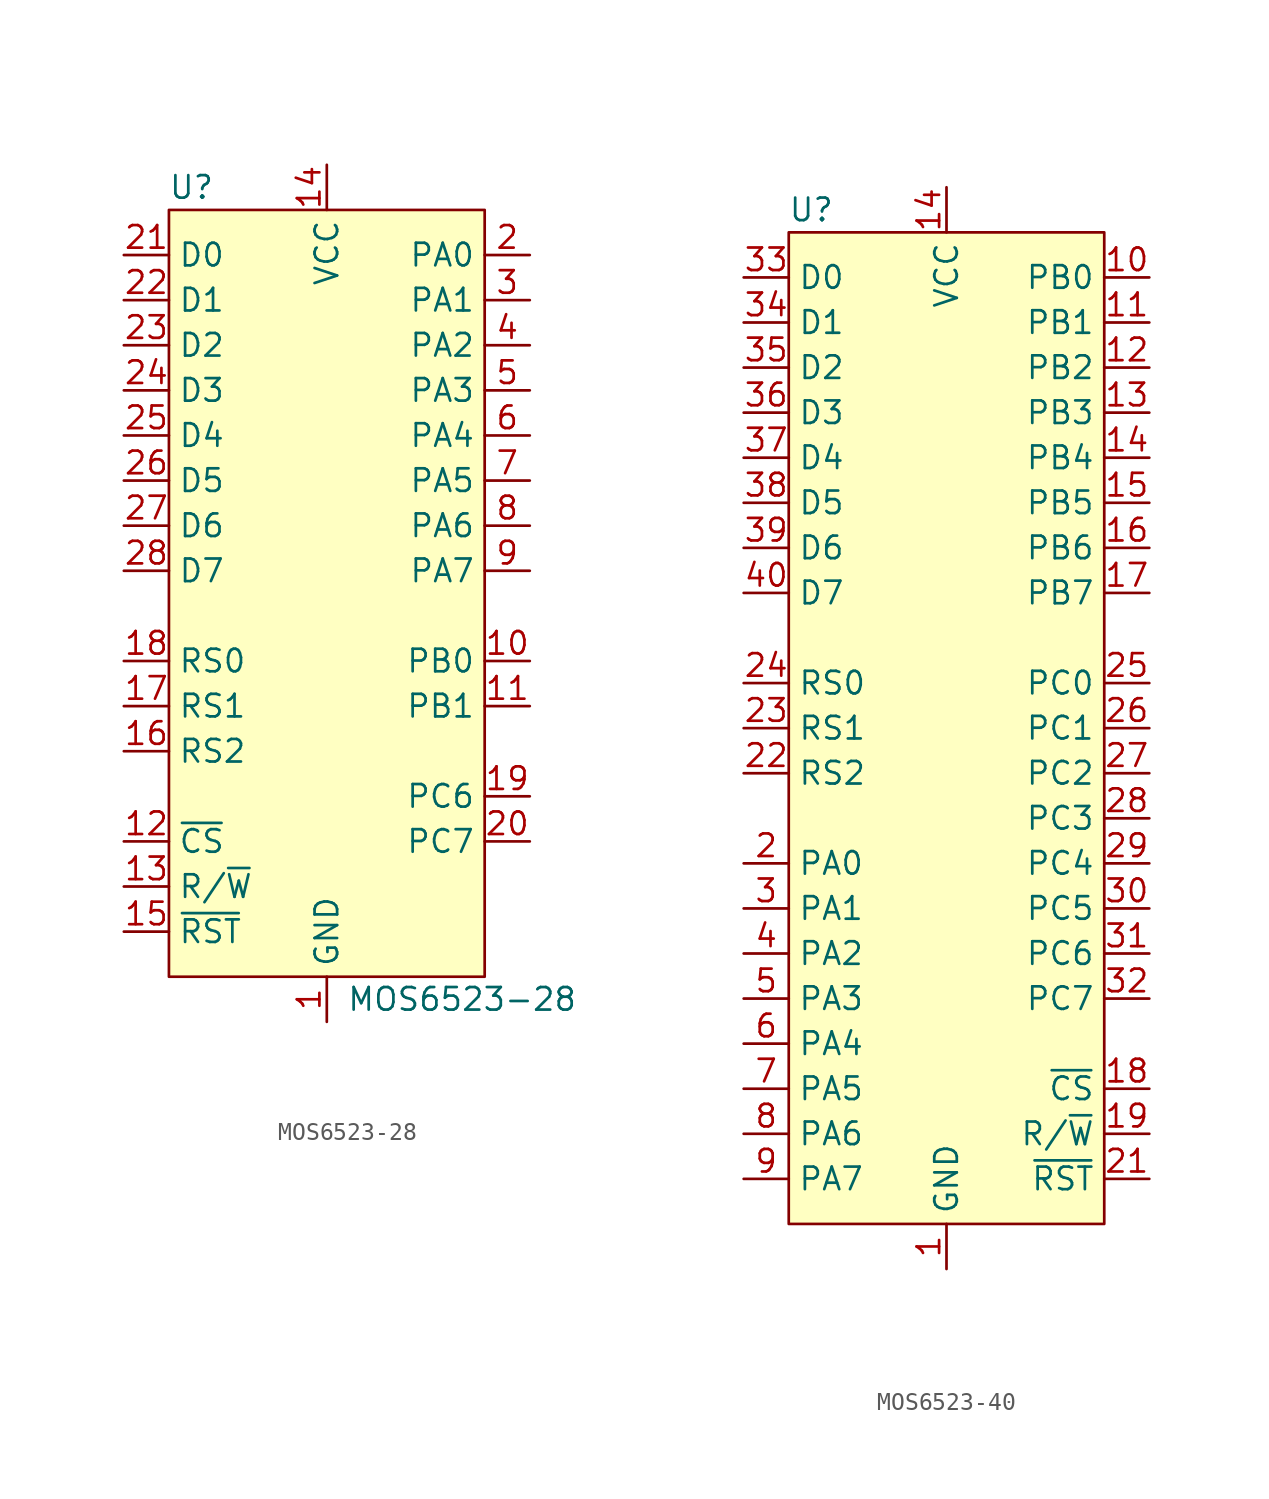
<source format=kicad_sym>
(kicad_symbol_lib
  (version 20220914)
  (generator kicad_symbol_editor)
  (symbol "MOS6523-28"
    (property "Reference" "U"
      (at -7.62 22.86 0)
      (do_not_autoplace)
      (effects (font (size 1.27 1.27))))
    (property "Value" "MOS6523-28"
      (at 7.62 -22.86 0)
      (do_not_autoplace)
      (effects (font (size 1.27 1.27))))
    (symbol "MOS6523-28_1_1"
      (rectangle (start -8.89 21.59) (end 8.89 -21.59) (stroke (width 0) (type default)) (fill (type background)))
      (pin power_in line (at 0 -24.13 90) (length 2.54) (name "GND" (effects (font (size 1.27 1.27)))) (number "1" (effects (font (size 1.27 1.27)))))
      (pin bidirectional line (at 11.43 -3.81 180) (length 2.54) (name "PB0" (effects (font (size 1.27 1.27)))) (number "10" (effects (font (size 1.27 1.27)))))
      (pin bidirectional line (at 11.43 -6.35 180) (length 2.54) (name "PB1" (effects (font (size 1.27 1.27)))) (number "11" (effects (font (size 1.27 1.27)))))
      (pin input line (at -11.43 -13.97 0) (length 2.54) (name "~{CS}" (effects (font (size 1.27 1.27)))) (number "12" (effects (font (size 1.27 1.27)))))
      (pin input line (at -11.43 -16.51 0) (length 2.54) (name "R/~{W}" (effects (font (size 1.27 1.27)))) (number "13" (effects (font (size 1.27 1.27)))))
      (pin power_in line (at 0 24.13 270) (length 2.54) (name "VCC" (effects (font (size 1.27 1.27)))) (number "14" (effects (font (size 1.27 1.27)))))
      (pin input line (at -11.43 -19.05 0) (length 2.54) (name "~{RST}" (effects (font (size 1.27 1.27)))) (number "15" (effects (font (size 1.27 1.27)))))
      (pin input line (at -11.43 -8.89 0) (length 2.54) (name "RS2" (effects (font (size 1.27 1.27)))) (number "16" (effects (font (size 1.27 1.27)))))
      (pin input line (at -11.43 -6.35 0) (length 2.54) (name "RS1" (effects (font (size 1.27 1.27)))) (number "17" (effects (font (size 1.27 1.27)))))
      (pin input line (at -11.43 -3.81 0) (length 2.54) (name "RS0" (effects (font (size 1.27 1.27)))) (number "18" (effects (font (size 1.27 1.27)))))
      (pin bidirectional line (at 11.43 -11.43 180) (length 2.54) (name "PC6" (effects (font (size 1.27 1.27)))) (number "19" (effects (font (size 1.27 1.27)))))
      (pin bidirectional line (at 11.43 19.05 180) (length 2.54) (name "PA0" (effects (font (size 1.27 1.27)))) (number "2" (effects (font (size 1.27 1.27)))))
      (pin bidirectional line (at 11.43 -13.97 180) (length 2.54) (name "PC7" (effects (font (size 1.27 1.27)))) (number "20" (effects (font (size 1.27 1.27)))))
      (pin bidirectional line (at -11.43 19.05 0) (length 2.54) (name "D0" (effects (font (size 1.27 1.27)))) (number "21" (effects (font (size 1.27 1.27)))))
      (pin bidirectional line (at -11.43 16.51 0) (length 2.54) (name "D1" (effects (font (size 1.27 1.27)))) (number "22" (effects (font (size 1.27 1.27)))))
      (pin bidirectional line (at -11.43 13.97 0) (length 2.54) (name "D2" (effects (font (size 1.27 1.27)))) (number "23" (effects (font (size 1.27 1.27)))))
      (pin bidirectional line (at -11.43 11.43 0) (length 2.54) (name "D3" (effects (font (size 1.27 1.27)))) (number "24" (effects (font (size 1.27 1.27)))))
      (pin bidirectional line (at -11.43 8.89 0) (length 2.54) (name "D4" (effects (font (size 1.27 1.27)))) (number "25" (effects (font (size 1.27 1.27)))))
      (pin bidirectional line (at -11.43 6.35 0) (length 2.54) (name "D5" (effects (font (size 1.27 1.27)))) (number "26" (effects (font (size 1.27 1.27)))))
      (pin bidirectional line (at -11.43 3.81 0) (length 2.54) (name "D6" (effects (font (size 1.27 1.27)))) (number "27" (effects (font (size 1.27 1.27)))))
      (pin bidirectional line (at -11.43 1.27 0) (length 2.54) (name "D7" (effects (font (size 1.27 1.27)))) (number "28" (effects (font (size 1.27 1.27)))))
      (pin bidirectional line (at 11.43 16.51 180) (length 2.54) (name "PA1" (effects (font (size 1.27 1.27)))) (number "3" (effects (font (size 1.27 1.27)))))
      (pin bidirectional line (at 11.43 13.97 180) (length 2.54) (name "PA2" (effects (font (size 1.27 1.27)))) (number "4" (effects (font (size 1.27 1.27)))))
      (pin bidirectional line (at 11.43 11.43 180) (length 2.54) (name "PA3" (effects (font (size 1.27 1.27)))) (number "5" (effects (font (size 1.27 1.27)))))
      (pin bidirectional line (at 11.43 8.89 180) (length 2.54) (name "PA4" (effects (font (size 1.27 1.27)))) (number "6" (effects (font (size 1.27 1.27)))))
      (pin bidirectional line (at 11.43 6.35 180) (length 2.54) (name "PA5" (effects (font (size 1.27 1.27)))) (number "7" (effects (font (size 1.27 1.27)))))
      (pin bidirectional line (at 11.43 3.81 180) (length 2.54) (name "PA6" (effects (font (size 1.27 1.27)))) (number "8" (effects (font (size 1.27 1.27)))))
      (pin bidirectional line (at 11.43 1.27 180) (length 2.54) (name "PA7" (effects (font (size 1.27 1.27)))) (number "9" (effects (font (size 1.27 1.27)))))))
  (symbol "MOS6523-40"
    (property "Reference" "U"
      (at -7.62 29.21 0)
      (effects (font (size 1.27 1.27))))
    (property "Value" ""
      (at 0 6.35 0)
      (effects (font (size 1.27 1.27))))
    (symbol "MOS6523-40_1_1"
      (rectangle (start -8.89 27.94) (end 8.89 -27.94) (stroke (width 0) (type default)) (fill (type background)))
      (pin power_in line (at 0 -30.48 90) (length 2.54) (name "GND" (effects (font (size 1.27 1.27)))) (number "1" (effects (font (size 1.27 1.27)))))
      (pin bidirectional line (at 11.43 25.4 180) (length 2.54) (name "PB0" (effects (font (size 1.27 1.27)))) (number "10" (effects (font (size 1.27 1.27)))))
      (pin bidirectional line (at 11.43 22.86 180) (length 2.54) (name "PB1" (effects (font (size 1.27 1.27)))) (number "11" (effects (font (size 1.27 1.27)))))
      (pin bidirectional line (at 11.43 20.32 180) (length 2.54) (name "PB2" (effects (font (size 1.27 1.27)))) (number "12" (effects (font (size 1.27 1.27)))))
      (pin bidirectional line (at 11.43 17.78 180) (length 2.54) (name "PB3" (effects (font (size 1.27 1.27)))) (number "13" (effects (font (size 1.27 1.27)))))
      (pin bidirectional line (at 11.43 15.24 180) (length 2.54) (name "PB4" (effects (font (size 1.27 1.27)))) (number "14" (effects (font (size 1.27 1.27)))))
      (pin power_in line (at 0 30.48 270) (length 2.54) (name "VCC" (effects (font (size 1.27 1.27)))) (number "14" (effects (font (size 1.27 1.27)))))
      (pin bidirectional line (at 11.43 12.7 180) (length 2.54) (name "PB5" (effects (font (size 1.27 1.27)))) (number "15" (effects (font (size 1.27 1.27)))))
      (pin bidirectional line (at 11.43 10.16 180) (length 2.54) (name "PB6" (effects (font (size 1.27 1.27)))) (number "16" (effects (font (size 1.27 1.27)))))
      (pin bidirectional line (at 11.43 7.62 180) (length 2.54) (name "PB7" (effects (font (size 1.27 1.27)))) (number "17" (effects (font (size 1.27 1.27)))))
      (pin input line (at 11.43 -20.32 180) (length 2.54) (name "~{CS}" (effects (font (size 1.27 1.27)))) (number "18" (effects (font (size 1.27 1.27)))))
      (pin input line (at 11.43 -22.86 180) (length 2.54) (name "R/~{W}" (effects (font (size 1.27 1.27)))) (number "19" (effects (font (size 1.27 1.27)))))
      (pin bidirectional line (at -11.43 -7.62 0) (length 2.54) (name "PA0" (effects (font (size 1.27 1.27)))) (number "2" (effects (font (size 1.27 1.27)))))
      (pin input line (at 11.43 -25.4 180) (length 2.54) (name "~{RST}" (effects (font (size 1.27 1.27)))) (number "21" (effects (font (size 1.27 1.27)))))
      (pin input line (at -11.43 -2.54 0) (length 2.54) (name "RS2" (effects (font (size 1.27 1.27)))) (number "22" (effects (font (size 1.27 1.27)))))
      (pin input line (at -11.43 0 0) (length 2.54) (name "RS1" (effects (font (size 1.27 1.27)))) (number "23" (effects (font (size 1.27 1.27)))))
      (pin input line (at -11.43 2.54 0) (length 2.54) (name "RS0" (effects (font (size 1.27 1.27)))) (number "24" (effects (font (size 1.27 1.27)))))
      (pin bidirectional line (at 11.43 2.54 180) (length 2.54) (name "PC0" (effects (font (size 1.27 1.27)))) (number "25" (effects (font (size 1.27 1.27)))))
      (pin bidirectional line (at 11.43 0 180) (length 2.54) (name "PC1" (effects (font (size 1.27 1.27)))) (number "26" (effects (font (size 1.27 1.27)))))
      (pin bidirectional line (at 11.43 -2.54 180) (length 2.54) (name "PC2" (effects (font (size 1.27 1.27)))) (number "27" (effects (font (size 1.27 1.27)))))
      (pin bidirectional line (at 11.43 -5.08 180) (length 2.54) (name "PC3" (effects (font (size 1.27 1.27)))) (number "28" (effects (font (size 1.27 1.27)))))
      (pin bidirectional line (at 11.43 -7.62 180) (length 2.54) (name "PC4" (effects (font (size 1.27 1.27)))) (number "29" (effects (font (size 1.27 1.27)))))
      (pin bidirectional line (at -11.43 -10.16 0) (length 2.54) (name "PA1" (effects (font (size 1.27 1.27)))) (number "3" (effects (font (size 1.27 1.27)))))
      (pin bidirectional line (at 11.43 -10.16 180) (length 2.54) (name "PC5" (effects (font (size 1.27 1.27)))) (number "30" (effects (font (size 1.27 1.27)))))
      (pin bidirectional line (at 11.43 -12.7 180) (length 2.54) (name "PC6" (effects (font (size 1.27 1.27)))) (number "31" (effects (font (size 1.27 1.27)))))
      (pin bidirectional line (at 11.43 -15.24 180) (length 2.54) (name "PC7" (effects (font (size 1.27 1.27)))) (number "32" (effects (font (size 1.27 1.27)))))
      (pin bidirectional line (at -11.43 25.4 0) (length 2.54) (name "D0" (effects (font (size 1.27 1.27)))) (number "33" (effects (font (size 1.27 1.27)))))
      (pin bidirectional line (at -11.43 22.86 0) (length 2.54) (name "D1" (effects (font (size 1.27 1.27)))) (number "34" (effects (font (size 1.27 1.27)))))
      (pin bidirectional line (at -11.43 20.32 0) (length 2.54) (name "D2" (effects (font (size 1.27 1.27)))) (number "35" (effects (font (size 1.27 1.27)))))
      (pin bidirectional line (at -11.43 17.78 0) (length 2.54) (name "D3" (effects (font (size 1.27 1.27)))) (number "36" (effects (font (size 1.27 1.27)))))
      (pin bidirectional line (at -11.43 15.24 0) (length 2.54) (name "D4" (effects (font (size 1.27 1.27)))) (number "37" (effects (font (size 1.27 1.27)))))
      (pin bidirectional line (at -11.43 12.7 0) (length 2.54) (name "D5" (effects (font (size 1.27 1.27)))) (number "38" (effects (font (size 1.27 1.27)))))
      (pin bidirectional line (at -11.43 10.16 0) (length 2.54) (name "D6" (effects (font (size 1.27 1.27)))) (number "39" (effects (font (size 1.27 1.27)))))
      (pin bidirectional line (at -11.43 -12.7 0) (length 2.54) (name "PA2" (effects (font (size 1.27 1.27)))) (number "4" (effects (font (size 1.27 1.27)))))
      (pin bidirectional line (at -11.43 7.62 0) (length 2.54) (name "D7" (effects (font (size 1.27 1.27)))) (number "40" (effects (font (size 1.27 1.27)))))
      (pin bidirectional line (at -11.43 -15.24 0) (length 2.54) (name "PA3" (effects (font (size 1.27 1.27)))) (number "5" (effects (font (size 1.27 1.27)))))
      (pin bidirectional line (at -11.43 -17.78 0) (length 2.54) (name "PA4" (effects (font (size 1.27 1.27)))) (number "6" (effects (font (size 1.27 1.27)))))
      (pin bidirectional line (at -11.43 -20.32 0) (length 2.54) (name "PA5" (effects (font (size 1.27 1.27)))) (number "7" (effects (font (size 1.27 1.27)))))
      (pin bidirectional line (at -11.43 -22.86 0) (length 2.54) (name "PA6" (effects (font (size 1.27 1.27)))) (number "8" (effects (font (size 1.27 1.27)))))
      (pin bidirectional line (at -11.43 -25.4 0) (length 2.54) (name "PA7" (effects (font (size 1.27 1.27)))) (number "9" (effects (font (size 1.27 1.27))))))))
</source>
